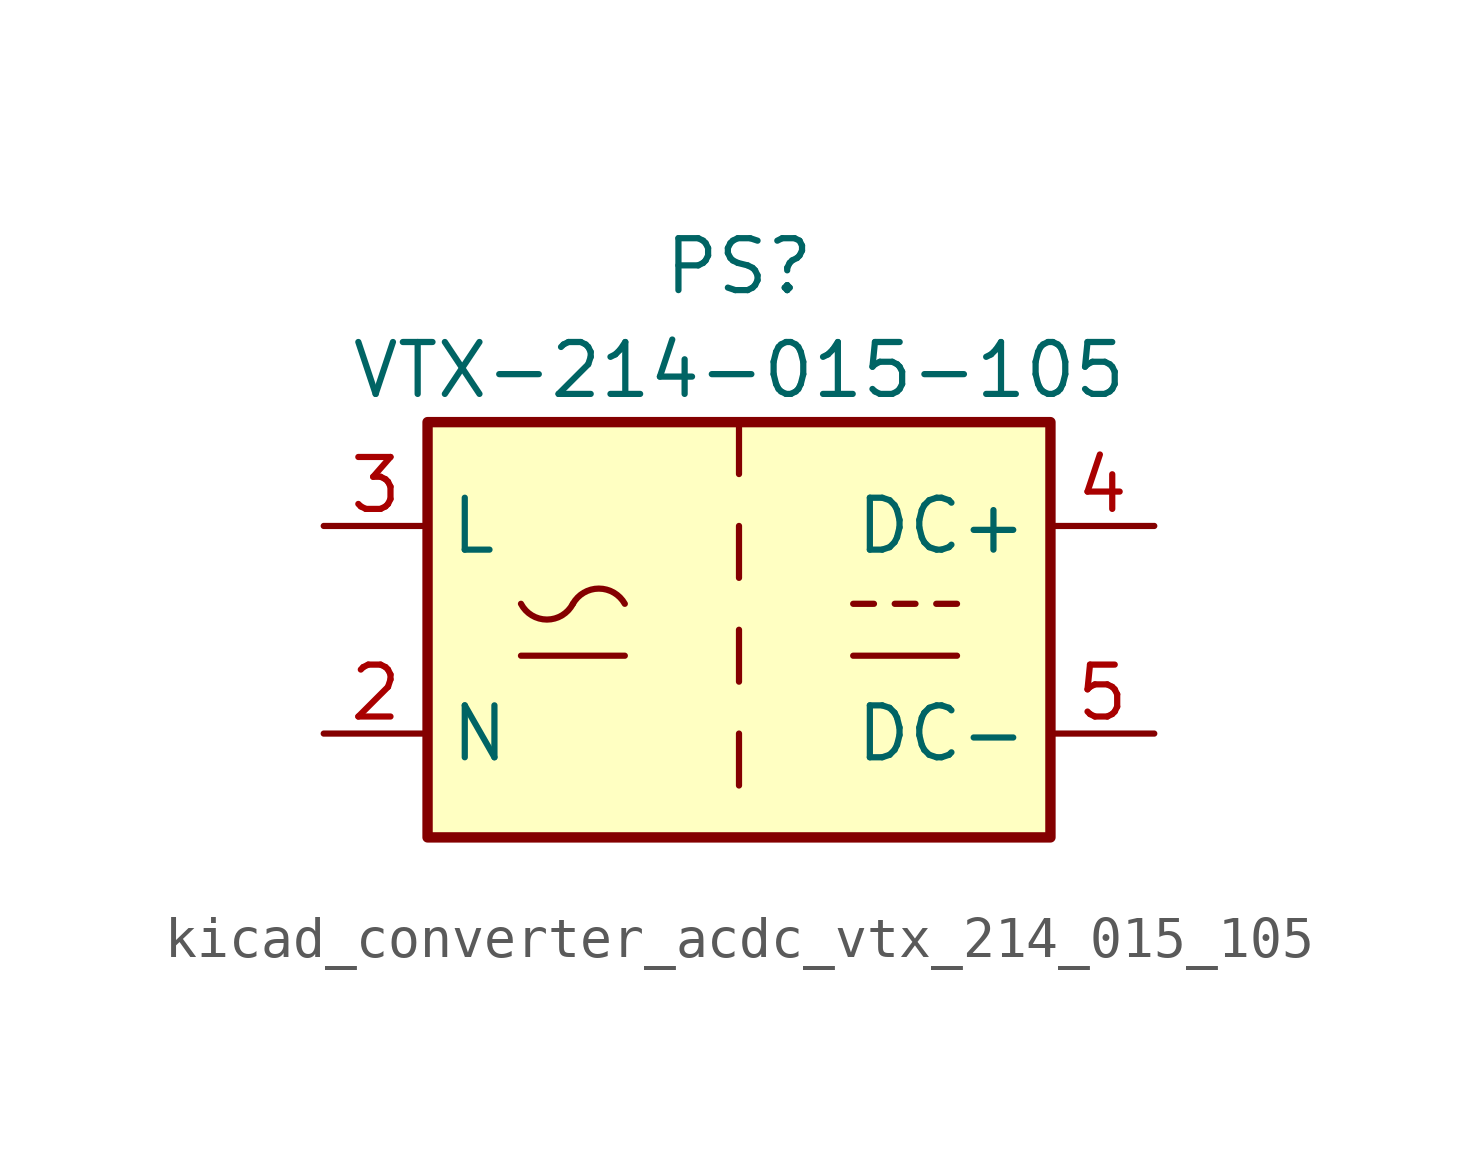
<source format=kicad_sym>
(kicad_symbol_lib
  (version 20220914)
  (generator kicad_symbol_editor)
  (symbol "kicad_converter_acdc_vtx_214_015_105"
    (property "Reference" "PS"
      (at 0 8.89 0)
      (effects (font (size 1.27 1.27))))
    (property "Value" "VTX-214-015-105"
      (at 0 6.35 0)
      (effects (font (size 1.27 1.27))))
    (symbol "kicad_converter_acdc_vtx_214_015_105_0_1"
      (rectangle (start -7.62 5.08) (end 7.62 -5.08) (stroke (width 0.254) (type default)) (fill (type background)))
      (arc (start -5.334 0.635) (mid -4.699 0.2495) (end -4.064 0.635) (stroke (width 0) (type default)) (fill (type none)))
      (arc (start -2.794 0.635) (mid -3.429 1.0072) (end -4.064 0.635) (stroke (width 0) (type default)) (fill (type none)))
      (polyline (pts (xy -5.334 -0.635) (xy -2.794 -0.635)) (stroke (width 0) (type default)) (fill (type none)))
      (polyline (pts (xy 2.794 -0.635) (xy 5.334 -0.635)) (stroke (width 0) (type default)) (fill (type none)))
      (polyline (pts (xy 2.794 0.635) (xy 3.302 0.635)) (stroke (width 0) (type default)) (fill (type none)))
      (polyline (pts (xy 3.81 0.635) (xy 4.318 0.635)) (stroke (width 0) (type default)) (fill (type none)))
      (polyline (pts (xy 4.826 0.635) (xy 5.334 0.635)) (stroke (width 0) (type default)) (fill (type none))))
    (symbol "kicad_converter_acdc_vtx_214_015_105_1_1"
      (polyline (pts (xy 0 -2.54) (xy 0 -3.81)) (stroke (width 0) (type default)) (fill (type none)))
      (polyline (pts (xy 0 0) (xy 0 -1.27)) (stroke (width 0) (type default)) (fill (type none)))
      (polyline (pts (xy 0 2.54) (xy 0 1.27)) (stroke (width 0) (type default)) (fill (type none)))
      (polyline (pts (xy 0 5.08) (xy 0 3.81)) (stroke (width 0) (type default)) (fill (type none)))
      (pin no_connect line (at 0 -5.08 90) (length 2.54) hide (name "FG" (effects (font (size 1.27 1.27)))) (number "1" (effects (font (size 1.27 1.27)))))
      (pin power_in line (at -10.16 -2.54 0) (length 2.54) (name "N" (effects (font (size 1.27 1.27)))) (number "2" (effects (font (size 1.27 1.27)))))
      (pin power_in line (at -10.16 2.54 0) (length 2.54) (name "L" (effects (font (size 1.27 1.27)))) (number "3" (effects (font (size 1.27 1.27)))))
      (pin power_out line (at 10.16 2.54 180) (length 2.54) (name "DC+" (effects (font (size 1.27 1.27)))) (number "4" (effects (font (size 1.27 1.27)))))
      (pin power_out line (at 10.16 -2.54 180) (length 2.54) (name "DC-" (effects (font (size 1.27 1.27)))) (number "5" (effects (font (size 1.27 1.27))))))))
</source>
